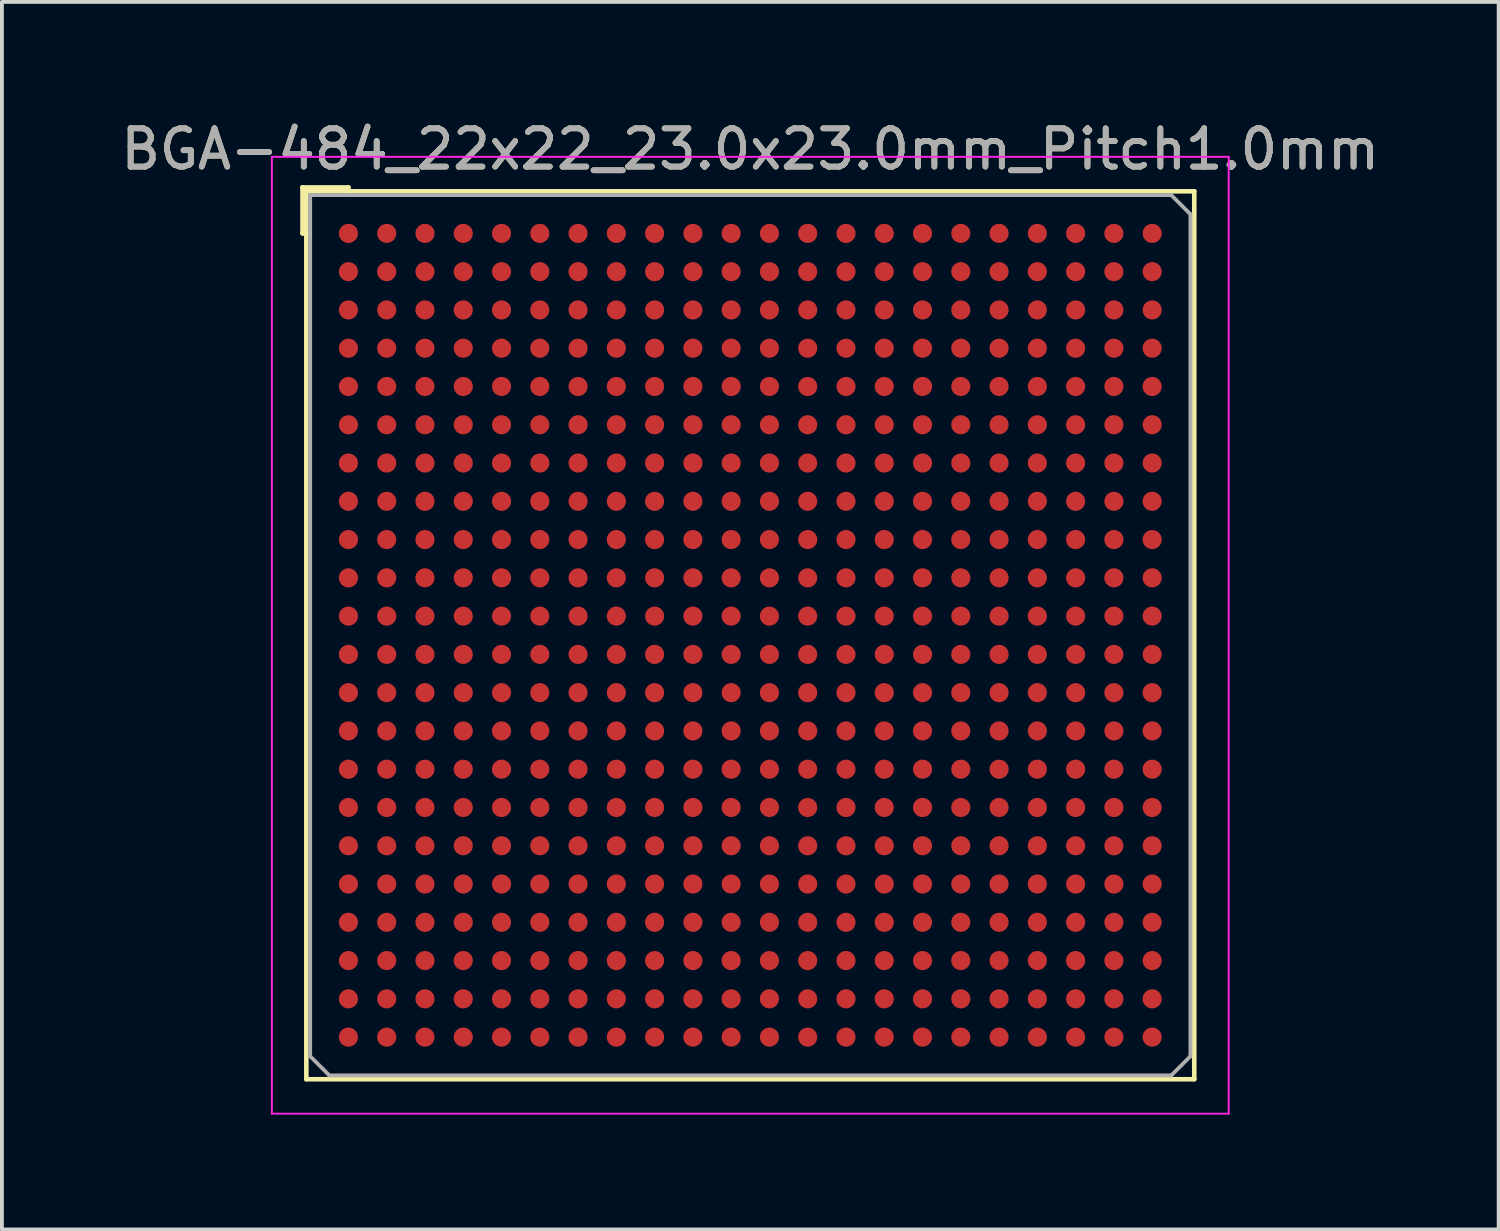
<source format=kicad_pcb>
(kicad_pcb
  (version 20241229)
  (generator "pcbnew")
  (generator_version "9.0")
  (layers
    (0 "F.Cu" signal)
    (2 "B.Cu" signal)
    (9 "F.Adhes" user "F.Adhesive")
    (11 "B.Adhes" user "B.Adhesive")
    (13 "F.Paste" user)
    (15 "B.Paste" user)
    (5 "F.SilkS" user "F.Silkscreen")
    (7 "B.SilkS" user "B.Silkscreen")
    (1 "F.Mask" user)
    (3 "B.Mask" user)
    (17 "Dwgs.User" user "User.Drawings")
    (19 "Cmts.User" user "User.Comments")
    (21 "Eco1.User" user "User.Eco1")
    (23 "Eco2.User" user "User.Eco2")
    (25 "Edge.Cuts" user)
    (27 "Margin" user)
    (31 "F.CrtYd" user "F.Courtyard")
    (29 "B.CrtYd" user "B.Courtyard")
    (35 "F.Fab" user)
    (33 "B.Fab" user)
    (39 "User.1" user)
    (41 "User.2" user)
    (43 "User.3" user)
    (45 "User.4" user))
  (footprint "BGA-484_22x22_23.0x23.0mm_Pitch1.0mm"
    (layer "F.Cu")
    (at 16.554 13.548)
    (property "Reference" "BGA-484_22x22_23.0x23.0mm_Pitch1.0mm" (at 0 -12.7 0) (layer "F.SilkS") (effects (font (size 1 1) (thickness 0.15))))
    (attr smd)
    (fp_line (start -11.7 -11.7) (end -11.7 -10.5) (stroke (width 0.12) (type solid)) (layer "F.SilkS"))
    (fp_line (start -11.7 -11.7) (end -11.6 -11.6) (stroke (width 0.12) (type solid)) (layer "F.SilkS"))
    (fp_line (start -11.7 -10.5) (end -11.6 -10.5) (stroke (width 0.12) (type solid)) (layer "F.SilkS"))
    (fp_line (start -11.6 -11.6) (end 11.6 -11.6) (stroke (width 0.12) (type solid)) (layer "F.SilkS"))
    (fp_line (start -11.6 11.6) (end -11.6 -11.6) (stroke (width 0.12) (type solid)) (layer "F.SilkS"))
    (fp_line (start -10.5 -11.7) (end -11.7 -11.7) (stroke (width 0.12) (type solid)) (layer "F.SilkS"))
    (fp_line (start -10.5 -11.6) (end -10.5 -11.7) (stroke (width 0.12) (type solid)) (layer "F.SilkS"))
    (fp_line (start 11.6 -11.6) (end 11.6 11.6) (stroke (width 0.12) (type solid)) (layer "F.SilkS"))
    (fp_line (start 11.6 11.6) (end -11.6 11.6) (stroke (width 0.12) (type solid)) (layer "F.SilkS"))
    (fp_line (start -12.5 -12.5) (end -12.5 12.5) (stroke (width 0.05) (type solid)) (layer "F.CrtYd"))
    (fp_line (start -12.5 -12.5) (end 12.5 -12.5) (stroke (width 0.05) (type solid)) (layer "F.CrtYd"))
    (fp_line (start 12.5 12.5) (end -12.5 12.5) (stroke (width 0.05) (type solid)) (layer "F.CrtYd"))
    (fp_line (start 12.5 12.5) (end 12.5 -12.5) (stroke (width 0.05) (type solid)) (layer "F.CrtYd"))
    (fp_line (start -11.5 -11.5) (end 11 -11.5) (stroke (width 0.1) (type solid)) (layer "F.Fab"))
    (fp_line (start -11.5 11) (end -11.5 -11.5) (stroke (width 0.1) (type solid)) (layer "F.Fab"))
    (fp_line (start -11 11.5) (end -11.5 11) (stroke (width 0.1) (type solid)) (layer "F.Fab"))
    (fp_line (start 11 -11.5) (end 11.5 -11) (stroke (width 0.1) (type solid)) (layer "F.Fab"))
    (fp_line (start 11 11.5) (end -11 11.5) (stroke (width 0.1) (type solid)) (layer "F.Fab"))
    (fp_line (start 11.5 -11) (end 11.5 11) (stroke (width 0.1) (type solid)) (layer "F.Fab"))
    (fp_line (start 11.5 11) (end 11 11.5) (stroke (width 0.1) (type solid)) (layer "F.Fab"))
    (fp_text user "${REFERENCE}" (at 0 -12.7 0) (layer "F.Fab") (effects (font (size 1 1) (thickness 0.15))))
    (pad "A1" smd circle (at -10.5 -10.5) (size 0.5 0.5) (layers "F.Cu" "F.Mask" "F.Paste"))
    (pad "A2" smd circle (at -9.5 -10.5) (size 0.5 0.5) (layers "F.Cu" "F.Mask" "F.Paste"))
    (pad "A3" smd circle (at -8.5 -10.5) (size 0.5 0.5) (layers "F.Cu" "F.Mask" "F.Paste"))
    (pad "A4" smd circle (at -7.5 -10.5) (size 0.5 0.5) (layers "F.Cu" "F.Mask" "F.Paste"))
    (pad "A5" smd circle (at -6.5 -10.5) (size 0.5 0.5) (layers "F.Cu" "F.Mask" "F.Paste"))
    (pad "A6" smd circle (at -5.5 -10.5) (size 0.5 0.5) (layers "F.Cu" "F.Mask" "F.Paste"))
    (pad "A7" smd circle (at -4.5 -10.5) (size 0.5 0.5) (layers "F.Cu" "F.Mask" "F.Paste"))
    (pad "A8" smd circle (at -3.5 -10.5) (size 0.5 0.5) (layers "F.Cu" "F.Mask" "F.Paste"))
    (pad "A9" smd circle (at -2.5 -10.5) (size 0.5 0.5) (layers "F.Cu" "F.Mask" "F.Paste"))
    (pad "A10" smd circle (at -1.5 -10.5) (size 0.5 0.5) (layers "F.Cu" "F.Mask" "F.Paste"))
    (pad "A11" smd circle (at -0.5 -10.5) (size 0.5 0.5) (layers "F.Cu" "F.Mask" "F.Paste"))
    (pad "A12" smd circle (at 0.5 -10.5) (size 0.5 0.5) (layers "F.Cu" "F.Mask" "F.Paste"))
    (pad "A13" smd circle (at 1.5 -10.5) (size 0.5 0.5) (layers "F.Cu" "F.Mask" "F.Paste"))
    (pad "A14" smd circle (at 2.5 -10.5) (size 0.5 0.5) (layers "F.Cu" "F.Mask" "F.Paste"))
    (pad "A15" smd circle (at 3.5 -10.5) (size 0.5 0.5) (layers "F.Cu" "F.Mask" "F.Paste"))
    (pad "A16" smd circle (at 4.5 -10.5) (size 0.5 0.5) (layers "F.Cu" "F.Mask" "F.Paste"))
    (pad "A17" smd circle (at 5.5 -10.5) (size 0.5 0.5) (layers "F.Cu" "F.Mask" "F.Paste"))
    (pad "A18" smd circle (at 6.5 -10.5) (size 0.5 0.5) (layers "F.Cu" "F.Mask" "F.Paste"))
    (pad "A19" smd circle (at 7.5 -10.5) (size 0.5 0.5) (layers "F.Cu" "F.Mask" "F.Paste"))
    (pad "A20" smd circle (at 8.5 -10.5) (size 0.5 0.5) (layers "F.Cu" "F.Mask" "F.Paste"))
    (pad "A21" smd circle (at 9.5 -10.5) (size 0.5 0.5) (layers "F.Cu" "F.Mask" "F.Paste"))
    (pad "A22" smd circle (at 10.5 -10.5) (size 0.5 0.5) (layers "F.Cu" "F.Mask" "F.Paste"))
    (pad "AA1" smd circle (at -10.5 9.5) (size 0.5 0.5) (layers "F.Cu" "F.Mask" "F.Paste"))
    (pad "AA2" smd circle (at -9.5 9.5) (size 0.5 0.5) (layers "F.Cu" "F.Mask" "F.Paste"))
    (pad "AA3" smd circle (at -8.5 9.5) (size 0.5 0.5) (layers "F.Cu" "F.Mask" "F.Paste"))
    (pad "AA4" smd circle (at -7.5 9.5) (size 0.5 0.5) (layers "F.Cu" "F.Mask" "F.Paste"))
    (pad "AA5" smd circle (at -6.5 9.5) (size 0.5 0.5) (layers "F.Cu" "F.Mask" "F.Paste"))
    (pad "AA6" smd circle (at -5.5 9.5) (size 0.5 0.5) (layers "F.Cu" "F.Mask" "F.Paste"))
    (pad "AA7" smd circle (at -4.5 9.5) (size 0.5 0.5) (layers "F.Cu" "F.Mask" "F.Paste"))
    (pad "AA8" smd circle (at -3.5 9.5) (size 0.5 0.5) (layers "F.Cu" "F.Mask" "F.Paste"))
    (pad "AA9" smd circle (at -2.5 9.5) (size 0.5 0.5) (layers "F.Cu" "F.Mask" "F.Paste"))
    (pad "AA10" smd circle (at -1.5 9.5) (size 0.5 0.5) (layers "F.Cu" "F.Mask" "F.Paste"))
    (pad "AA11" smd circle (at -0.5 9.5) (size 0.5 0.5) (layers "F.Cu" "F.Mask" "F.Paste"))
    (pad "AA12" smd circle (at 0.5 9.5) (size 0.5 0.5) (layers "F.Cu" "F.Mask" "F.Paste"))
    (pad "AA13" smd circle (at 1.5 9.5) (size 0.5 0.5) (layers "F.Cu" "F.Mask" "F.Paste"))
    (pad "AA14" smd circle (at 2.5 9.5) (size 0.5 0.5) (layers "F.Cu" "F.Mask" "F.Paste"))
    (pad "AA15" smd circle (at 3.5 9.5) (size 0.5 0.5) (layers "F.Cu" "F.Mask" "F.Paste"))
    (pad "AA16" smd circle (at 4.5 9.5) (size 0.5 0.5) (layers "F.Cu" "F.Mask" "F.Paste"))
    (pad "AA17" smd circle (at 5.5 9.5) (size 0.5 0.5) (layers "F.Cu" "F.Mask" "F.Paste"))
    (pad "AA18" smd circle (at 6.5 9.5) (size 0.5 0.5) (layers "F.Cu" "F.Mask" "F.Paste"))
    (pad "AA19" smd circle (at 7.5 9.5) (size 0.5 0.5) (layers "F.Cu" "F.Mask" "F.Paste"))
    (pad "AA20" smd circle (at 8.5 9.5) (size 0.5 0.5) (layers "F.Cu" "F.Mask" "F.Paste"))
    (pad "AA21" smd circle (at 9.5 9.5) (size 0.5 0.5) (layers "F.Cu" "F.Mask" "F.Paste"))
    (pad "AA22" smd circle (at 10.5 9.5) (size 0.5 0.5) (layers "F.Cu" "F.Mask" "F.Paste"))
    (pad "AB1" smd circle (at -10.5 10.5) (size 0.5 0.5) (layers "F.Cu" "F.Mask" "F.Paste"))
    (pad "AB2" smd circle (at -9.5 10.5) (size 0.5 0.5) (layers "F.Cu" "F.Mask" "F.Paste"))
    (pad "AB3" smd circle (at -8.5 10.5) (size 0.5 0.5) (layers "F.Cu" "F.Mask" "F.Paste"))
    (pad "AB4" smd circle (at -7.5 10.5) (size 0.5 0.5) (layers "F.Cu" "F.Mask" "F.Paste"))
    (pad "AB5" smd circle (at -6.5 10.5) (size 0.5 0.5) (layers "F.Cu" "F.Mask" "F.Paste"))
    (pad "AB6" smd circle (at -5.5 10.5) (size 0.5 0.5) (layers "F.Cu" "F.Mask" "F.Paste"))
    (pad "AB7" smd circle (at -4.5 10.5) (size 0.5 0.5) (layers "F.Cu" "F.Mask" "F.Paste"))
    (pad "AB8" smd circle (at -3.5 10.5) (size 0.5 0.5) (layers "F.Cu" "F.Mask" "F.Paste"))
    (pad "AB9" smd circle (at -2.5 10.5) (size 0.5 0.5) (layers "F.Cu" "F.Mask" "F.Paste"))
    (pad "AB10" smd circle (at -1.5 10.5) (size 0.5 0.5) (layers "F.Cu" "F.Mask" "F.Paste"))
    (pad "AB11" smd circle (at -0.5 10.5) (size 0.5 0.5) (layers "F.Cu" "F.Mask" "F.Paste"))
    (pad "AB12" smd circle (at 0.5 10.5) (size 0.5 0.5) (layers "F.Cu" "F.Mask" "F.Paste"))
    (pad "AB13" smd circle (at 1.5 10.5) (size 0.5 0.5) (layers "F.Cu" "F.Mask" "F.Paste"))
    (pad "AB14" smd circle (at 2.5 10.5) (size 0.5 0.5) (layers "F.Cu" "F.Mask" "F.Paste"))
    (pad "AB15" smd circle (at 3.5 10.5) (size 0.5 0.5) (layers "F.Cu" "F.Mask" "F.Paste"))
    (pad "AB16" smd circle (at 4.5 10.5) (size 0.5 0.5) (layers "F.Cu" "F.Mask" "F.Paste"))
    (pad "AB17" smd circle (at 5.5 10.5) (size 0.5 0.5) (layers "F.Cu" "F.Mask" "F.Paste"))
    (pad "AB18" smd circle (at 6.5 10.5) (size 0.5 0.5) (layers "F.Cu" "F.Mask" "F.Paste"))
    (pad "AB19" smd circle (at 7.5 10.5) (size 0.5 0.5) (layers "F.Cu" "F.Mask" "F.Paste"))
    (pad "AB20" smd circle (at 8.5 10.5) (size 0.5 0.5) (layers "F.Cu" "F.Mask" "F.Paste"))
    (pad "AB21" smd circle (at 9.5 10.5) (size 0.5 0.5) (layers "F.Cu" "F.Mask" "F.Paste"))
    (pad "AB22" smd circle (at 10.5 10.5) (size 0.5 0.5) (layers "F.Cu" "F.Mask" "F.Paste"))
    (pad "B1" smd circle (at -10.5 -9.5) (size 0.5 0.5) (layers "F.Cu" "F.Mask" "F.Paste"))
    (pad "B2" smd circle (at -9.5 -9.5) (size 0.5 0.5) (layers "F.Cu" "F.Mask" "F.Paste"))
    (pad "B3" smd circle (at -8.5 -9.5) (size 0.5 0.5) (layers "F.Cu" "F.Mask" "F.Paste"))
    (pad "B4" smd circle (at -7.5 -9.5) (size 0.5 0.5) (layers "F.Cu" "F.Mask" "F.Paste"))
    (pad "B5" smd circle (at -6.5 -9.5) (size 0.5 0.5) (layers "F.Cu" "F.Mask" "F.Paste"))
    (pad "B6" smd circle (at -5.5 -9.5) (size 0.5 0.5) (layers "F.Cu" "F.Mask" "F.Paste"))
    (pad "B7" smd circle (at -4.5 -9.5) (size 0.5 0.5) (layers "F.Cu" "F.Mask" "F.Paste"))
    (pad "B8" smd circle (at -3.5 -9.5) (size 0.5 0.5) (layers "F.Cu" "F.Mask" "F.Paste"))
    (pad "B9" smd circle (at -2.5 -9.5) (size 0.5 0.5) (layers "F.Cu" "F.Mask" "F.Paste"))
    (pad "B10" smd circle (at -1.5 -9.5) (size 0.5 0.5) (layers "F.Cu" "F.Mask" "F.Paste"))
    (pad "B11" smd circle (at -0.5 -9.5) (size 0.5 0.5) (layers "F.Cu" "F.Mask" "F.Paste"))
    (pad "B12" smd circle (at 0.5 -9.5) (size 0.5 0.5) (layers "F.Cu" "F.Mask" "F.Paste"))
    (pad "B13" smd circle (at 1.5 -9.5) (size 0.5 0.5) (layers "F.Cu" "F.Mask" "F.Paste"))
    (pad "B14" smd circle (at 2.5 -9.5) (size 0.5 0.5) (layers "F.Cu" "F.Mask" "F.Paste"))
    (pad "B15" smd circle (at 3.5 -9.5) (size 0.5 0.5) (layers "F.Cu" "F.Mask" "F.Paste"))
    (pad "B16" smd circle (at 4.5 -9.5) (size 0.5 0.5) (layers "F.Cu" "F.Mask" "F.Paste"))
    (pad "B17" smd circle (at 5.5 -9.5) (size 0.5 0.5) (layers "F.Cu" "F.Mask" "F.Paste"))
    (pad "B18" smd circle (at 6.5 -9.5) (size 0.5 0.5) (layers "F.Cu" "F.Mask" "F.Paste"))
    (pad "B19" smd circle (at 7.5 -9.5) (size 0.5 0.5) (layers "F.Cu" "F.Mask" "F.Paste"))
    (pad "B20" smd circle (at 8.5 -9.5) (size 0.5 0.5) (layers "F.Cu" "F.Mask" "F.Paste"))
    (pad "B21" smd circle (at 9.5 -9.5) (size 0.5 0.5) (layers "F.Cu" "F.Mask" "F.Paste"))
    (pad "B22" smd circle (at 10.5 -9.5) (size 0.5 0.5) (layers "F.Cu" "F.Mask" "F.Paste"))
    (pad "C1" smd circle (at -10.5 -8.5) (size 0.5 0.5) (layers "F.Cu" "F.Mask" "F.Paste"))
    (pad "C2" smd circle (at -9.5 -8.5) (size 0.5 0.5) (layers "F.Cu" "F.Mask" "F.Paste"))
    (pad "C3" smd circle (at -8.5 -8.5) (size 0.5 0.5) (layers "F.Cu" "F.Mask" "F.Paste"))
    (pad "C4" smd circle (at -7.5 -8.5) (size 0.5 0.5) (layers "F.Cu" "F.Mask" "F.Paste"))
    (pad "C5" smd circle (at -6.5 -8.5) (size 0.5 0.5) (layers "F.Cu" "F.Mask" "F.Paste"))
    (pad "C6" smd circle (at -5.5 -8.5) (size 0.5 0.5) (layers "F.Cu" "F.Mask" "F.Paste"))
    (pad "C7" smd circle (at -4.5 -8.5) (size 0.5 0.5) (layers "F.Cu" "F.Mask" "F.Paste"))
    (pad "C8" smd circle (at -3.5 -8.5) (size 0.5 0.5) (layers "F.Cu" "F.Mask" "F.Paste"))
    (pad "C9" smd circle (at -2.5 -8.5) (size 0.5 0.5) (layers "F.Cu" "F.Mask" "F.Paste"))
    (pad "C10" smd circle (at -1.5 -8.5) (size 0.5 0.5) (layers "F.Cu" "F.Mask" "F.Paste"))
    (pad "C11" smd circle (at -0.5 -8.5) (size 0.5 0.5) (layers "F.Cu" "F.Mask" "F.Paste"))
    (pad "C12" smd circle (at 0.5 -8.5) (size 0.5 0.5) (layers "F.Cu" "F.Mask" "F.Paste"))
    (pad "C13" smd circle (at 1.5 -8.5) (size 0.5 0.5) (layers "F.Cu" "F.Mask" "F.Paste"))
    (pad "C14" smd circle (at 2.5 -8.5) (size 0.5 0.5) (layers "F.Cu" "F.Mask" "F.Paste"))
    (pad "C15" smd circle (at 3.5 -8.5) (size 0.5 0.5) (layers "F.Cu" "F.Mask" "F.Paste"))
    (pad "C16" smd circle (at 4.5 -8.5) (size 0.5 0.5) (layers "F.Cu" "F.Mask" "F.Paste"))
    (pad "C17" smd circle (at 5.5 -8.5) (size 0.5 0.5) (layers "F.Cu" "F.Mask" "F.Paste"))
    (pad "C18" smd circle (at 6.5 -8.5) (size 0.5 0.5) (layers "F.Cu" "F.Mask" "F.Paste"))
    (pad "C19" smd circle (at 7.5 -8.5) (size 0.5 0.5) (layers "F.Cu" "F.Mask" "F.Paste"))
    (pad "C20" smd circle (at 8.5 -8.5) (size 0.5 0.5) (layers "F.Cu" "F.Mask" "F.Paste"))
    (pad "C21" smd circle (at 9.5 -8.5) (size 0.5 0.5) (layers "F.Cu" "F.Mask" "F.Paste"))
    (pad "C22" smd circle (at 10.5 -8.5) (size 0.5 0.5) (layers "F.Cu" "F.Mask" "F.Paste"))
    (pad "D1" smd circle (at -10.5 -7.5) (size 0.5 0.5) (layers "F.Cu" "F.Mask" "F.Paste"))
    (pad "D2" smd circle (at -9.5 -7.5) (size 0.5 0.5) (layers "F.Cu" "F.Mask" "F.Paste"))
    (pad "D3" smd circle (at -8.5 -7.5) (size 0.5 0.5) (layers "F.Cu" "F.Mask" "F.Paste"))
    (pad "D4" smd circle (at -7.5 -7.5) (size 0.5 0.5) (layers "F.Cu" "F.Mask" "F.Paste"))
    (pad "D5" smd circle (at -6.5 -7.5) (size 0.5 0.5) (layers "F.Cu" "F.Mask" "F.Paste"))
    (pad "D6" smd circle (at -5.5 -7.5) (size 0.5 0.5) (layers "F.Cu" "F.Mask" "F.Paste"))
    (pad "D7" smd circle (at -4.5 -7.5) (size 0.5 0.5) (layers "F.Cu" "F.Mask" "F.Paste"))
    (pad "D8" smd circle (at -3.5 -7.5) (size 0.5 0.5) (layers "F.Cu" "F.Mask" "F.Paste"))
    (pad "D9" smd circle (at -2.5 -7.5) (size 0.5 0.5) (layers "F.Cu" "F.Mask" "F.Paste"))
    (pad "D10" smd circle (at -1.5 -7.5) (size 0.5 0.5) (layers "F.Cu" "F.Mask" "F.Paste"))
    (pad "D11" smd circle (at -0.5 -7.5) (size 0.5 0.5) (layers "F.Cu" "F.Mask" "F.Paste"))
    (pad "D12" smd circle (at 0.5 -7.5) (size 0.5 0.5) (layers "F.Cu" "F.Mask" "F.Paste"))
    (pad "D13" smd circle (at 1.5 -7.5) (size 0.5 0.5) (layers "F.Cu" "F.Mask" "F.Paste"))
    (pad "D14" smd circle (at 2.5 -7.5) (size 0.5 0.5) (layers "F.Cu" "F.Mask" "F.Paste"))
    (pad "D15" smd circle (at 3.5 -7.5) (size 0.5 0.5) (layers "F.Cu" "F.Mask" "F.Paste"))
    (pad "D16" smd circle (at 4.5 -7.5) (size 0.5 0.5) (layers "F.Cu" "F.Mask" "F.Paste"))
    (pad "D17" smd circle (at 5.5 -7.5) (size 0.5 0.5) (layers "F.Cu" "F.Mask" "F.Paste"))
    (pad "D18" smd circle (at 6.5 -7.5) (size 0.5 0.5) (layers "F.Cu" "F.Mask" "F.Paste"))
    (pad "D19" smd circle (at 7.5 -7.5) (size 0.5 0.5) (layers "F.Cu" "F.Mask" "F.Paste"))
    (pad "D20" smd circle (at 8.5 -7.5) (size 0.5 0.5) (layers "F.Cu" "F.Mask" "F.Paste"))
    (pad "D21" smd circle (at 9.5 -7.5) (size 0.5 0.5) (layers "F.Cu" "F.Mask" "F.Paste"))
    (pad "D22" smd circle (at 10.5 -7.5) (size 0.5 0.5) (layers "F.Cu" "F.Mask" "F.Paste"))
    (pad "E1" smd circle (at -10.5 -6.5) (size 0.5 0.5) (layers "F.Cu" "F.Mask" "F.Paste"))
    (pad "E2" smd circle (at -9.5 -6.5) (size 0.5 0.5) (layers "F.Cu" "F.Mask" "F.Paste"))
    (pad "E3" smd circle (at -8.5 -6.5) (size 0.5 0.5) (layers "F.Cu" "F.Mask" "F.Paste"))
    (pad "E4" smd circle (at -7.5 -6.5) (size 0.5 0.5) (layers "F.Cu" "F.Mask" "F.Paste"))
    (pad "E5" smd circle (at -6.5 -6.5) (size 0.5 0.5) (layers "F.Cu" "F.Mask" "F.Paste"))
    (pad "E6" smd circle (at -5.5 -6.5) (size 0.5 0.5) (layers "F.Cu" "F.Mask" "F.Paste"))
    (pad "E7" smd circle (at -4.5 -6.5) (size 0.5 0.5) (layers "F.Cu" "F.Mask" "F.Paste"))
    (pad "E8" smd circle (at -3.5 -6.5) (size 0.5 0.5) (layers "F.Cu" "F.Mask" "F.Paste"))
    (pad "E9" smd circle (at -2.5 -6.5) (size 0.5 0.5) (layers "F.Cu" "F.Mask" "F.Paste"))
    (pad "E10" smd circle (at -1.5 -6.5) (size 0.5 0.5) (layers "F.Cu" "F.Mask" "F.Paste"))
    (pad "E11" smd circle (at -0.5 -6.5) (size 0.5 0.5) (layers "F.Cu" "F.Mask" "F.Paste"))
    (pad "E12" smd circle (at 0.5 -6.5) (size 0.5 0.5) (layers "F.Cu" "F.Mask" "F.Paste"))
    (pad "E13" smd circle (at 1.5 -6.5) (size 0.5 0.5) (layers "F.Cu" "F.Mask" "F.Paste"))
    (pad "E14" smd circle (at 2.5 -6.5) (size 0.5 0.5) (layers "F.Cu" "F.Mask" "F.Paste"))
    (pad "E15" smd circle (at 3.5 -6.5) (size 0.5 0.5) (layers "F.Cu" "F.Mask" "F.Paste"))
    (pad "E16" smd circle (at 4.5 -6.5) (size 0.5 0.5) (layers "F.Cu" "F.Mask" "F.Paste"))
    (pad "E17" smd circle (at 5.5 -6.5) (size 0.5 0.5) (layers "F.Cu" "F.Mask" "F.Paste"))
    (pad "E18" smd circle (at 6.5 -6.5) (size 0.5 0.5) (layers "F.Cu" "F.Mask" "F.Paste"))
    (pad "E19" smd circle (at 7.5 -6.5) (size 0.5 0.5) (layers "F.Cu" "F.Mask" "F.Paste"))
    (pad "E20" smd circle (at 8.5 -6.5) (size 0.5 0.5) (layers "F.Cu" "F.Mask" "F.Paste"))
    (pad "E21" smd circle (at 9.5 -6.5) (size 0.5 0.5) (layers "F.Cu" "F.Mask" "F.Paste"))
    (pad "E22" smd circle (at 10.5 -6.5) (size 0.5 0.5) (layers "F.Cu" "F.Mask" "F.Paste"))
    (pad "F1" smd circle (at -10.5 -5.5) (size 0.5 0.5) (layers "F.Cu" "F.Mask" "F.Paste"))
    (pad "F2" smd circle (at -9.5 -5.5) (size 0.5 0.5) (layers "F.Cu" "F.Mask" "F.Paste"))
    (pad "F3" smd circle (at -8.5 -5.5) (size 0.5 0.5) (layers "F.Cu" "F.Mask" "F.Paste"))
    (pad "F4" smd circle (at -7.5 -5.5) (size 0.5 0.5) (layers "F.Cu" "F.Mask" "F.Paste"))
    (pad "F5" smd circle (at -6.5 -5.5) (size 0.5 0.5) (layers "F.Cu" "F.Mask" "F.Paste"))
    (pad "F6" smd circle (at -5.5 -5.5) (size 0.5 0.5) (layers "F.Cu" "F.Mask" "F.Paste"))
    (pad "F7" smd circle (at -4.5 -5.5) (size 0.5 0.5) (layers "F.Cu" "F.Mask" "F.Paste"))
    (pad "F8" smd circle (at -3.5 -5.5) (size 0.5 0.5) (layers "F.Cu" "F.Mask" "F.Paste"))
    (pad "F9" smd circle (at -2.5 -5.5) (size 0.5 0.5) (layers "F.Cu" "F.Mask" "F.Paste"))
    (pad "F10" smd circle (at -1.5 -5.5) (size 0.5 0.5) (layers "F.Cu" "F.Mask" "F.Paste"))
    (pad "F11" smd circle (at -0.5 -5.5) (size 0.5 0.5) (layers "F.Cu" "F.Mask" "F.Paste"))
    (pad "F12" smd circle (at 0.5 -5.5) (size 0.5 0.5) (layers "F.Cu" "F.Mask" "F.Paste"))
    (pad "F13" smd circle (at 1.5 -5.5) (size 0.5 0.5) (layers "F.Cu" "F.Mask" "F.Paste"))
    (pad "F14" smd circle (at 2.5 -5.5) (size 0.5 0.5) (layers "F.Cu" "F.Mask" "F.Paste"))
    (pad "F15" smd circle (at 3.5 -5.5) (size 0.5 0.5) (layers "F.Cu" "F.Mask" "F.Paste"))
    (pad "F16" smd circle (at 4.5 -5.5) (size 0.5 0.5) (layers "F.Cu" "F.Mask" "F.Paste"))
    (pad "F17" smd circle (at 5.5 -5.5) (size 0.5 0.5) (layers "F.Cu" "F.Mask" "F.Paste"))
    (pad "F18" smd circle (at 6.5 -5.5) (size 0.5 0.5) (layers "F.Cu" "F.Mask" "F.Paste"))
    (pad "F19" smd circle (at 7.5 -5.5) (size 0.5 0.5) (layers "F.Cu" "F.Mask" "F.Paste"))
    (pad "F20" smd circle (at 8.5 -5.5) (size 0.5 0.5) (layers "F.Cu" "F.Mask" "F.Paste"))
    (pad "F21" smd circle (at 9.5 -5.5) (size 0.5 0.5) (layers "F.Cu" "F.Mask" "F.Paste"))
    (pad "F22" smd circle (at 10.5 -5.5) (size 0.5 0.5) (layers "F.Cu" "F.Mask" "F.Paste"))
    (pad "G1" smd circle (at -10.5 -4.5) (size 0.5 0.5) (layers "F.Cu" "F.Mask" "F.Paste"))
    (pad "G2" smd circle (at -9.5 -4.5) (size 0.5 0.5) (layers "F.Cu" "F.Mask" "F.Paste"))
    (pad "G3" smd circle (at -8.5 -4.5) (size 0.5 0.5) (layers "F.Cu" "F.Mask" "F.Paste"))
    (pad "G4" smd circle (at -7.5 -4.5) (size 0.5 0.5) (layers "F.Cu" "F.Mask" "F.Paste"))
    (pad "G5" smd circle (at -6.5 -4.5) (size 0.5 0.5) (layers "F.Cu" "F.Mask" "F.Paste"))
    (pad "G6" smd circle (at -5.5 -4.5) (size 0.5 0.5) (layers "F.Cu" "F.Mask" "F.Paste"))
    (pad "G7" smd circle (at -4.5 -4.5) (size 0.5 0.5) (layers "F.Cu" "F.Mask" "F.Paste"))
    (pad "G8" smd circle (at -3.5 -4.5) (size 0.5 0.5) (layers "F.Cu" "F.Mask" "F.Paste"))
    (pad "G9" smd circle (at -2.5 -4.5) (size 0.5 0.5) (layers "F.Cu" "F.Mask" "F.Paste"))
    (pad "G10" smd circle (at -1.5 -4.5) (size 0.5 0.5) (layers "F.Cu" "F.Mask" "F.Paste"))
    (pad "G11" smd circle (at -0.5 -4.5) (size 0.5 0.5) (layers "F.Cu" "F.Mask" "F.Paste"))
    (pad "G12" smd circle (at 0.5 -4.5) (size 0.5 0.5) (layers "F.Cu" "F.Mask" "F.Paste"))
    (pad "G13" smd circle (at 1.5 -4.5) (size 0.5 0.5) (layers "F.Cu" "F.Mask" "F.Paste"))
    (pad "G14" smd circle (at 2.5 -4.5) (size 0.5 0.5) (layers "F.Cu" "F.Mask" "F.Paste"))
    (pad "G15" smd circle (at 3.5 -4.5) (size 0.5 0.5) (layers "F.Cu" "F.Mask" "F.Paste"))
    (pad "G16" smd circle (at 4.5 -4.5) (size 0.5 0.5) (layers "F.Cu" "F.Mask" "F.Paste"))
    (pad "G17" smd circle (at 5.5 -4.5) (size 0.5 0.5) (layers "F.Cu" "F.Mask" "F.Paste"))
    (pad "G18" smd circle (at 6.5 -4.5) (size 0.5 0.5) (layers "F.Cu" "F.Mask" "F.Paste"))
    (pad "G19" smd circle (at 7.5 -4.5) (size 0.5 0.5) (layers "F.Cu" "F.Mask" "F.Paste"))
    (pad "G20" smd circle (at 8.5 -4.5) (size 0.5 0.5) (layers "F.Cu" "F.Mask" "F.Paste"))
    (pad "G21" smd circle (at 9.5 -4.5) (size 0.5 0.5) (layers "F.Cu" "F.Mask" "F.Paste"))
    (pad "G22" smd circle (at 10.5 -4.5) (size 0.5 0.5) (layers "F.Cu" "F.Mask" "F.Paste"))
    (pad "H1" smd circle (at -10.5 -3.5) (size 0.5 0.5) (layers "F.Cu" "F.Mask" "F.Paste"))
    (pad "H2" smd circle (at -9.5 -3.5) (size 0.5 0.5) (layers "F.Cu" "F.Mask" "F.Paste"))
    (pad "H3" smd circle (at -8.5 -3.5) (size 0.5 0.5) (layers "F.Cu" "F.Mask" "F.Paste"))
    (pad "H4" smd circle (at -7.5 -3.5) (size 0.5 0.5) (layers "F.Cu" "F.Mask" "F.Paste"))
    (pad "H5" smd circle (at -6.5 -3.5) (size 0.5 0.5) (layers "F.Cu" "F.Mask" "F.Paste"))
    (pad "H6" smd circle (at -5.5 -3.5) (size 0.5 0.5) (layers "F.Cu" "F.Mask" "F.Paste"))
    (pad "H7" smd circle (at -4.5 -3.5) (size 0.5 0.5) (layers "F.Cu" "F.Mask" "F.Paste"))
    (pad "H8" smd circle (at -3.5 -3.5) (size 0.5 0.5) (layers "F.Cu" "F.Mask" "F.Paste"))
    (pad "H9" smd circle (at -2.5 -3.5) (size 0.5 0.5) (layers "F.Cu" "F.Mask" "F.Paste"))
    (pad "H10" smd circle (at -1.5 -3.5) (size 0.5 0.5) (layers "F.Cu" "F.Mask" "F.Paste"))
    (pad "H11" smd circle (at -0.5 -3.5) (size 0.5 0.5) (layers "F.Cu" "F.Mask" "F.Paste"))
    (pad "H12" smd circle (at 0.5 -3.5) (size 0.5 0.5) (layers "F.Cu" "F.Mask" "F.Paste"))
    (pad "H13" smd circle (at 1.5 -3.5) (size 0.5 0.5) (layers "F.Cu" "F.Mask" "F.Paste"))
    (pad "H14" smd circle (at 2.5 -3.5) (size 0.5 0.5) (layers "F.Cu" "F.Mask" "F.Paste"))
    (pad "H15" smd circle (at 3.5 -3.5) (size 0.5 0.5) (layers "F.Cu" "F.Mask" "F.Paste"))
    (pad "H16" smd circle (at 4.5 -3.5) (size 0.5 0.5) (layers "F.Cu" "F.Mask" "F.Paste"))
    (pad "H17" smd circle (at 5.5 -3.5) (size 0.5 0.5) (layers "F.Cu" "F.Mask" "F.Paste"))
    (pad "H18" smd circle (at 6.5 -3.5) (size 0.5 0.5) (layers "F.Cu" "F.Mask" "F.Paste"))
    (pad "H19" smd circle (at 7.5 -3.5) (size 0.5 0.5) (layers "F.Cu" "F.Mask" "F.Paste"))
    (pad "H20" smd circle (at 8.5 -3.5) (size 0.5 0.5) (layers "F.Cu" "F.Mask" "F.Paste"))
    (pad "H21" smd circle (at 9.5 -3.5) (size 0.5 0.5) (layers "F.Cu" "F.Mask" "F.Paste"))
    (pad "H22" smd circle (at 10.5 -3.5) (size 0.5 0.5) (layers "F.Cu" "F.Mask" "F.Paste"))
    (pad "J1" smd circle (at -10.5 -2.5) (size 0.5 0.5) (layers "F.Cu" "F.Mask" "F.Paste"))
    (pad "J2" smd circle (at -9.5 -2.5) (size 0.5 0.5) (layers "F.Cu" "F.Mask" "F.Paste"))
    (pad "J3" smd circle (at -8.5 -2.5) (size 0.5 0.5) (layers "F.Cu" "F.Mask" "F.Paste"))
    (pad "J4" smd circle (at -7.5 -2.5) (size 0.5 0.5) (layers "F.Cu" "F.Mask" "F.Paste"))
    (pad "J5" smd circle (at -6.5 -2.5) (size 0.5 0.5) (layers "F.Cu" "F.Mask" "F.Paste"))
    (pad "J6" smd circle (at -5.5 -2.5) (size 0.5 0.5) (layers "F.Cu" "F.Mask" "F.Paste"))
    (pad "J7" smd circle (at -4.5 -2.5) (size 0.5 0.5) (layers "F.Cu" "F.Mask" "F.Paste"))
    (pad "J8" smd circle (at -3.5 -2.5) (size 0.5 0.5) (layers "F.Cu" "F.Mask" "F.Paste"))
    (pad "J9" smd circle (at -2.5 -2.5) (size 0.5 0.5) (layers "F.Cu" "F.Mask" "F.Paste"))
    (pad "J10" smd circle (at -1.5 -2.5) (size 0.5 0.5) (layers "F.Cu" "F.Mask" "F.Paste"))
    (pad "J11" smd circle (at -0.5 -2.5) (size 0.5 0.5) (layers "F.Cu" "F.Mask" "F.Paste"))
    (pad "J12" smd circle (at 0.5 -2.5) (size 0.5 0.5) (layers "F.Cu" "F.Mask" "F.Paste"))
    (pad "J13" smd circle (at 1.5 -2.5) (size 0.5 0.5) (layers "F.Cu" "F.Mask" "F.Paste"))
    (pad "J14" smd circle (at 2.5 -2.5) (size 0.5 0.5) (layers "F.Cu" "F.Mask" "F.Paste"))
    (pad "J15" smd circle (at 3.5 -2.5) (size 0.5 0.5) (layers "F.Cu" "F.Mask" "F.Paste"))
    (pad "J16" smd circle (at 4.5 -2.5) (size 0.5 0.5) (layers "F.Cu" "F.Mask" "F.Paste"))
    (pad "J17" smd circle (at 5.5 -2.5) (size 0.5 0.5) (layers "F.Cu" "F.Mask" "F.Paste"))
    (pad "J18" smd circle (at 6.5 -2.5) (size 0.5 0.5) (layers "F.Cu" "F.Mask" "F.Paste"))
    (pad "J19" smd circle (at 7.5 -2.5) (size 0.5 0.5) (layers "F.Cu" "F.Mask" "F.Paste"))
    (pad "J20" smd circle (at 8.5 -2.5) (size 0.5 0.5) (layers "F.Cu" "F.Mask" "F.Paste"))
    (pad "J21" smd circle (at 9.5 -2.5) (size 0.5 0.5) (layers "F.Cu" "F.Mask" "F.Paste"))
    (pad "J22" smd circle (at 10.5 -2.5) (size 0.5 0.5) (layers "F.Cu" "F.Mask" "F.Paste"))
    (pad "K1" smd circle (at -10.5 -1.5) (size 0.5 0.5) (layers "F.Cu" "F.Mask" "F.Paste"))
    (pad "K2" smd circle (at -9.5 -1.5) (size 0.5 0.5) (layers "F.Cu" "F.Mask" "F.Paste"))
    (pad "K3" smd circle (at -8.5 -1.5) (size 0.5 0.5) (layers "F.Cu" "F.Mask" "F.Paste"))
    (pad "K4" smd circle (at -7.5 -1.5) (size 0.5 0.5) (layers "F.Cu" "F.Mask" "F.Paste"))
    (pad "K5" smd circle (at -6.5 -1.5) (size 0.5 0.5) (layers "F.Cu" "F.Mask" "F.Paste"))
    (pad "K6" smd circle (at -5.5 -1.5) (size 0.5 0.5) (layers "F.Cu" "F.Mask" "F.Paste"))
    (pad "K7" smd circle (at -4.5 -1.5) (size 0.5 0.5) (layers "F.Cu" "F.Mask" "F.Paste"))
    (pad "K8" smd circle (at -3.5 -1.5) (size 0.5 0.5) (layers "F.Cu" "F.Mask" "F.Paste"))
    (pad "K9" smd circle (at -2.5 -1.5) (size 0.5 0.5) (layers "F.Cu" "F.Mask" "F.Paste"))
    (pad "K10" smd circle (at -1.5 -1.5) (size 0.5 0.5) (layers "F.Cu" "F.Mask" "F.Paste"))
    (pad "K11" smd circle (at -0.5 -1.5) (size 0.5 0.5) (layers "F.Cu" "F.Mask" "F.Paste"))
    (pad "K12" smd circle (at 0.5 -1.5) (size 0.5 0.5) (layers "F.Cu" "F.Mask" "F.Paste"))
    (pad "K13" smd circle (at 1.5 -1.5) (size 0.5 0.5) (layers "F.Cu" "F.Mask" "F.Paste"))
    (pad "K14" smd circle (at 2.5 -1.5) (size 0.5 0.5) (layers "F.Cu" "F.Mask" "F.Paste"))
    (pad "K15" smd circle (at 3.5 -1.5) (size 0.5 0.5) (layers "F.Cu" "F.Mask" "F.Paste"))
    (pad "K16" smd circle (at 4.5 -1.5) (size 0.5 0.5) (layers "F.Cu" "F.Mask" "F.Paste"))
    (pad "K17" smd circle (at 5.5 -1.5) (size 0.5 0.5) (layers "F.Cu" "F.Mask" "F.Paste"))
    (pad "K18" smd circle (at 6.5 -1.5) (size 0.5 0.5) (layers "F.Cu" "F.Mask" "F.Paste"))
    (pad "K19" smd circle (at 7.5 -1.5) (size 0.5 0.5) (layers "F.Cu" "F.Mask" "F.Paste"))
    (pad "K20" smd circle (at 8.5 -1.5) (size 0.5 0.5) (layers "F.Cu" "F.Mask" "F.Paste"))
    (pad "K21" smd circle (at 9.5 -1.5) (size 0.5 0.5) (layers "F.Cu" "F.Mask" "F.Paste"))
    (pad "K22" smd circle (at 10.5 -1.5) (size 0.5 0.5) (layers "F.Cu" "F.Mask" "F.Paste"))
    (pad "L1" smd circle (at -10.5 -0.5) (size 0.5 0.5) (layers "F.Cu" "F.Mask" "F.Paste"))
    (pad "L2" smd circle (at -9.5 -0.5) (size 0.5 0.5) (layers "F.Cu" "F.Mask" "F.Paste"))
    (pad "L3" smd circle (at -8.5 -0.5) (size 0.5 0.5) (layers "F.Cu" "F.Mask" "F.Paste"))
    (pad "L4" smd circle (at -7.5 -0.5) (size 0.5 0.5) (layers "F.Cu" "F.Mask" "F.Paste"))
    (pad "L5" smd circle (at -6.5 -0.5) (size 0.5 0.5) (layers "F.Cu" "F.Mask" "F.Paste"))
    (pad "L6" smd circle (at -5.5 -0.5) (size 0.5 0.5) (layers "F.Cu" "F.Mask" "F.Paste"))
    (pad "L7" smd circle (at -4.5 -0.5) (size 0.5 0.5) (layers "F.Cu" "F.Mask" "F.Paste"))
    (pad "L8" smd circle (at -3.5 -0.5) (size 0.5 0.5) (layers "F.Cu" "F.Mask" "F.Paste"))
    (pad "L9" smd circle (at -2.5 -0.5) (size 0.5 0.5) (layers "F.Cu" "F.Mask" "F.Paste"))
    (pad "L10" smd circle (at -1.5 -0.5) (size 0.5 0.5) (layers "F.Cu" "F.Mask" "F.Paste"))
    (pad "L11" smd circle (at -0.5 -0.5) (size 0.5 0.5) (layers "F.Cu" "F.Mask" "F.Paste"))
    (pad "L12" smd circle (at 0.5 -0.5) (size 0.5 0.5) (layers "F.Cu" "F.Mask" "F.Paste"))
    (pad "L13" smd circle (at 1.5 -0.5) (size 0.5 0.5) (layers "F.Cu" "F.Mask" "F.Paste"))
    (pad "L14" smd circle (at 2.5 -0.5) (size 0.5 0.5) (layers "F.Cu" "F.Mask" "F.Paste"))
    (pad "L15" smd circle (at 3.5 -0.5) (size 0.5 0.5) (layers "F.Cu" "F.Mask" "F.Paste"))
    (pad "L16" smd circle (at 4.5 -0.5) (size 0.5 0.5) (layers "F.Cu" "F.Mask" "F.Paste"))
    (pad "L17" smd circle (at 5.5 -0.5) (size 0.5 0.5) (layers "F.Cu" "F.Mask" "F.Paste"))
    (pad "L18" smd circle (at 6.5 -0.5) (size 0.5 0.5) (layers "F.Cu" "F.Mask" "F.Paste"))
    (pad "L19" smd circle (at 7.5 -0.5) (size 0.5 0.5) (layers "F.Cu" "F.Mask" "F.Paste"))
    (pad "L20" smd circle (at 8.5 -0.5) (size 0.5 0.5) (layers "F.Cu" "F.Mask" "F.Paste"))
    (pad "L21" smd circle (at 9.5 -0.5) (size 0.5 0.5) (layers "F.Cu" "F.Mask" "F.Paste"))
    (pad "L22" smd circle (at 10.5 -0.5) (size 0.5 0.5) (layers "F.Cu" "F.Mask" "F.Paste"))
    (pad "M1" smd circle (at -10.5 0.5) (size 0.5 0.5) (layers "F.Cu" "F.Mask" "F.Paste"))
    (pad "M2" smd circle (at -9.5 0.5) (size 0.5 0.5) (layers "F.Cu" "F.Mask" "F.Paste"))
    (pad "M3" smd circle (at -8.5 0.5) (size 0.5 0.5) (layers "F.Cu" "F.Mask" "F.Paste"))
    (pad "M4" smd circle (at -7.5 0.5) (size 0.5 0.5) (layers "F.Cu" "F.Mask" "F.Paste"))
    (pad "M5" smd circle (at -6.5 0.5) (size 0.5 0.5) (layers "F.Cu" "F.Mask" "F.Paste"))
    (pad "M6" smd circle (at -5.5 0.5) (size 0.5 0.5) (layers "F.Cu" "F.Mask" "F.Paste"))
    (pad "M7" smd circle (at -4.5 0.5) (size 0.5 0.5) (layers "F.Cu" "F.Mask" "F.Paste"))
    (pad "M8" smd circle (at -3.5 0.5) (size 0.5 0.5) (layers "F.Cu" "F.Mask" "F.Paste"))
    (pad "M9" smd circle (at -2.5 0.5) (size 0.5 0.5) (layers "F.Cu" "F.Mask" "F.Paste"))
    (pad "M10" smd circle (at -1.5 0.5) (size 0.5 0.5) (layers "F.Cu" "F.Mask" "F.Paste"))
    (pad "M11" smd circle (at -0.5 0.5) (size 0.5 0.5) (layers "F.Cu" "F.Mask" "F.Paste"))
    (pad "M12" smd circle (at 0.5 0.5) (size 0.5 0.5) (layers "F.Cu" "F.Mask" "F.Paste"))
    (pad "M13" smd circle (at 1.5 0.5) (size 0.5 0.5) (layers "F.Cu" "F.Mask" "F.Paste"))
    (pad "M14" smd circle (at 2.5 0.5) (size 0.5 0.5) (layers "F.Cu" "F.Mask" "F.Paste"))
    (pad "M15" smd circle (at 3.5 0.5) (size 0.5 0.5) (layers "F.Cu" "F.Mask" "F.Paste"))
    (pad "M16" smd circle (at 4.5 0.5) (size 0.5 0.5) (layers "F.Cu" "F.Mask" "F.Paste"))
    (pad "M17" smd circle (at 5.5 0.5) (size 0.5 0.5) (layers "F.Cu" "F.Mask" "F.Paste"))
    (pad "M18" smd circle (at 6.5 0.5) (size 0.5 0.5) (layers "F.Cu" "F.Mask" "F.Paste"))
    (pad "M19" smd circle (at 7.5 0.5) (size 0.5 0.5) (layers "F.Cu" "F.Mask" "F.Paste"))
    (pad "M20" smd circle (at 8.5 0.5) (size 0.5 0.5) (layers "F.Cu" "F.Mask" "F.Paste"))
    (pad "M21" smd circle (at 9.5 0.5) (size 0.5 0.5) (layers "F.Cu" "F.Mask" "F.Paste"))
    (pad "M22" smd circle (at 10.5 0.5) (size 0.5 0.5) (layers "F.Cu" "F.Mask" "F.Paste"))
    (pad "N1" smd circle (at -10.5 1.5) (size 0.5 0.5) (layers "F.Cu" "F.Mask" "F.Paste"))
    (pad "N2" smd circle (at -9.5 1.5) (size 0.5 0.5) (layers "F.Cu" "F.Mask" "F.Paste"))
    (pad "N3" smd circle (at -8.5 1.5) (size 0.5 0.5) (layers "F.Cu" "F.Mask" "F.Paste"))
    (pad "N4" smd circle (at -7.5 1.5) (size 0.5 0.5) (layers "F.Cu" "F.Mask" "F.Paste"))
    (pad "N5" smd circle (at -6.5 1.5) (size 0.5 0.5) (layers "F.Cu" "F.Mask" "F.Paste"))
    (pad "N6" smd circle (at -5.5 1.5) (size 0.5 0.5) (layers "F.Cu" "F.Mask" "F.Paste"))
    (pad "N7" smd circle (at -4.5 1.5) (size 0.5 0.5) (layers "F.Cu" "F.Mask" "F.Paste"))
    (pad "N8" smd circle (at -3.5 1.5) (size 0.5 0.5) (layers "F.Cu" "F.Mask" "F.Paste"))
    (pad "N9" smd circle (at -2.5 1.5) (size 0.5 0.5) (layers "F.Cu" "F.Mask" "F.Paste"))
    (pad "N10" smd circle (at -1.5 1.5) (size 0.5 0.5) (layers "F.Cu" "F.Mask" "F.Paste"))
    (pad "N11" smd circle (at -0.5 1.5) (size 0.5 0.5) (layers "F.Cu" "F.Mask" "F.Paste"))
    (pad "N12" smd circle (at 0.5 1.5) (size 0.5 0.5) (layers "F.Cu" "F.Mask" "F.Paste"))
    (pad "N13" smd circle (at 1.5 1.5) (size 0.5 0.5) (layers "F.Cu" "F.Mask" "F.Paste"))
    (pad "N14" smd circle (at 2.5 1.5) (size 0.5 0.5) (layers "F.Cu" "F.Mask" "F.Paste"))
    (pad "N15" smd circle (at 3.5 1.5) (size 0.5 0.5) (layers "F.Cu" "F.Mask" "F.Paste"))
    (pad "N16" smd circle (at 4.5 1.5) (size 0.5 0.5) (layers "F.Cu" "F.Mask" "F.Paste"))
    (pad "N17" smd circle (at 5.5 1.5) (size 0.5 0.5) (layers "F.Cu" "F.Mask" "F.Paste"))
    (pad "N18" smd circle (at 6.5 1.5) (size 0.5 0.5) (layers "F.Cu" "F.Mask" "F.Paste"))
    (pad "N19" smd circle (at 7.5 1.5) (size 0.5 0.5) (layers "F.Cu" "F.Mask" "F.Paste"))
    (pad "N20" smd circle (at 8.5 1.5) (size 0.5 0.5) (layers "F.Cu" "F.Mask" "F.Paste"))
    (pad "N21" smd circle (at 9.5 1.5) (size 0.5 0.5) (layers "F.Cu" "F.Mask" "F.Paste"))
    (pad "N22" smd circle (at 10.5 1.5) (size 0.5 0.5) (layers "F.Cu" "F.Mask" "F.Paste"))
    (pad "P1" smd circle (at -10.5 2.5) (size 0.5 0.5) (layers "F.Cu" "F.Mask" "F.Paste"))
    (pad "P2" smd circle (at -9.5 2.5) (size 0.5 0.5) (layers "F.Cu" "F.Mask" "F.Paste"))
    (pad "P3" smd circle (at -8.5 2.5) (size 0.5 0.5) (layers "F.Cu" "F.Mask" "F.Paste"))
    (pad "P4" smd circle (at -7.5 2.5) (size 0.5 0.5) (layers "F.Cu" "F.Mask" "F.Paste"))
    (pad "P5" smd circle (at -6.5 2.5) (size 0.5 0.5) (layers "F.Cu" "F.Mask" "F.Paste"))
    (pad "P6" smd circle (at -5.5 2.5) (size 0.5 0.5) (layers "F.Cu" "F.Mask" "F.Paste"))
    (pad "P7" smd circle (at -4.5 2.5) (size 0.5 0.5) (layers "F.Cu" "F.Mask" "F.Paste"))
    (pad "P8" smd circle (at -3.5 2.5) (size 0.5 0.5) (layers "F.Cu" "F.Mask" "F.Paste"))
    (pad "P9" smd circle (at -2.5 2.5) (size 0.5 0.5) (layers "F.Cu" "F.Mask" "F.Paste"))
    (pad "P10" smd circle (at -1.5 2.5) (size 0.5 0.5) (layers "F.Cu" "F.Mask" "F.Paste"))
    (pad "P11" smd circle (at -0.5 2.5) (size 0.5 0.5) (layers "F.Cu" "F.Mask" "F.Paste"))
    (pad "P12" smd circle (at 0.5 2.5) (size 0.5 0.5) (layers "F.Cu" "F.Mask" "F.Paste"))
    (pad "P13" smd circle (at 1.5 2.5) (size 0.5 0.5) (layers "F.Cu" "F.Mask" "F.Paste"))
    (pad "P14" smd circle (at 2.5 2.5) (size 0.5 0.5) (layers "F.Cu" "F.Mask" "F.Paste"))
    (pad "P15" smd circle (at 3.5 2.5) (size 0.5 0.5) (layers "F.Cu" "F.Mask" "F.Paste"))
    (pad "P16" smd circle (at 4.5 2.5) (size 0.5 0.5) (layers "F.Cu" "F.Mask" "F.Paste"))
    (pad "P17" smd circle (at 5.5 2.5) (size 0.5 0.5) (layers "F.Cu" "F.Mask" "F.Paste"))
    (pad "P18" smd circle (at 6.5 2.5) (size 0.5 0.5) (layers "F.Cu" "F.Mask" "F.Paste"))
    (pad "P19" smd circle (at 7.5 2.5) (size 0.5 0.5) (layers "F.Cu" "F.Mask" "F.Paste"))
    (pad "P20" smd circle (at 8.5 2.5) (size 0.5 0.5) (layers "F.Cu" "F.Mask" "F.Paste"))
    (pad "P21" smd circle (at 9.5 2.5) (size 0.5 0.5) (layers "F.Cu" "F.Mask" "F.Paste"))
    (pad "P22" smd circle (at 10.5 2.5) (size 0.5 0.5) (layers "F.Cu" "F.Mask" "F.Paste"))
    (pad "R1" smd circle (at -10.5 3.5) (size 0.5 0.5) (layers "F.Cu" "F.Mask" "F.Paste"))
    (pad "R2" smd circle (at -9.5 3.5) (size 0.5 0.5) (layers "F.Cu" "F.Mask" "F.Paste"))
    (pad "R3" smd circle (at -8.5 3.5) (size 0.5 0.5) (layers "F.Cu" "F.Mask" "F.Paste"))
    (pad "R4" smd circle (at -7.5 3.5) (size 0.5 0.5) (layers "F.Cu" "F.Mask" "F.Paste"))
    (pad "R5" smd circle (at -6.5 3.5) (size 0.5 0.5) (layers "F.Cu" "F.Mask" "F.Paste"))
    (pad "R6" smd circle (at -5.5 3.5) (size 0.5 0.5) (layers "F.Cu" "F.Mask" "F.Paste"))
    (pad "R7" smd circle (at -4.5 3.5) (size 0.5 0.5) (layers "F.Cu" "F.Mask" "F.Paste"))
    (pad "R8" smd circle (at -3.5 3.5) (size 0.5 0.5) (layers "F.Cu" "F.Mask" "F.Paste"))
    (pad "R9" smd circle (at -2.5 3.5) (size 0.5 0.5) (layers "F.Cu" "F.Mask" "F.Paste"))
    (pad "R10" smd circle (at -1.5 3.5) (size 0.5 0.5) (layers "F.Cu" "F.Mask" "F.Paste"))
    (pad "R11" smd circle (at -0.5 3.5) (size 0.5 0.5) (layers "F.Cu" "F.Mask" "F.Paste"))
    (pad "R12" smd circle (at 0.5 3.5) (size 0.5 0.5) (layers "F.Cu" "F.Mask" "F.Paste"))
    (pad "R13" smd circle (at 1.5 3.5) (size 0.5 0.5) (layers "F.Cu" "F.Mask" "F.Paste"))
    (pad "R14" smd circle (at 2.5 3.5) (size 0.5 0.5) (layers "F.Cu" "F.Mask" "F.Paste"))
    (pad "R15" smd circle (at 3.5 3.5) (size 0.5 0.5) (layers "F.Cu" "F.Mask" "F.Paste"))
    (pad "R16" smd circle (at 4.5 3.5) (size 0.5 0.5) (layers "F.Cu" "F.Mask" "F.Paste"))
    (pad "R17" smd circle (at 5.5 3.5) (size 0.5 0.5) (layers "F.Cu" "F.Mask" "F.Paste"))
    (pad "R18" smd circle (at 6.5 3.5) (size 0.5 0.5) (layers "F.Cu" "F.Mask" "F.Paste"))
    (pad "R19" smd circle (at 7.5 3.5) (size 0.5 0.5) (layers "F.Cu" "F.Mask" "F.Paste"))
    (pad "R20" smd circle (at 8.5 3.5) (size 0.5 0.5) (layers "F.Cu" "F.Mask" "F.Paste"))
    (pad "R21" smd circle (at 9.5 3.5) (size 0.5 0.5) (layers "F.Cu" "F.Mask" "F.Paste"))
    (pad "R22" smd circle (at 10.5 3.5) (size 0.5 0.5) (layers "F.Cu" "F.Mask" "F.Paste"))
    (pad "T1" smd circle (at -10.5 4.5) (size 0.5 0.5) (layers "F.Cu" "F.Mask" "F.Paste"))
    (pad "T2" smd circle (at -9.5 4.5) (size 0.5 0.5) (layers "F.Cu" "F.Mask" "F.Paste"))
    (pad "T3" smd circle (at -8.5 4.5) (size 0.5 0.5) (layers "F.Cu" "F.Mask" "F.Paste"))
    (pad "T4" smd circle (at -7.5 4.5) (size 0.5 0.5) (layers "F.Cu" "F.Mask" "F.Paste"))
    (pad "T5" smd circle (at -6.5 4.5) (size 0.5 0.5) (layers "F.Cu" "F.Mask" "F.Paste"))
    (pad "T6" smd circle (at -5.5 4.5) (size 0.5 0.5) (layers "F.Cu" "F.Mask" "F.Paste"))
    (pad "T7" smd circle (at -4.5 4.5) (size 0.5 0.5) (layers "F.Cu" "F.Mask" "F.Paste"))
    (pad "T8" smd circle (at -3.5 4.5) (size 0.5 0.5) (layers "F.Cu" "F.Mask" "F.Paste"))
    (pad "T9" smd circle (at -2.5 4.5) (size 0.5 0.5) (layers "F.Cu" "F.Mask" "F.Paste"))
    (pad "T10" smd circle (at -1.5 4.5) (size 0.5 0.5) (layers "F.Cu" "F.Mask" "F.Paste"))
    (pad "T11" smd circle (at -0.5 4.5) (size 0.5 0.5) (layers "F.Cu" "F.Mask" "F.Paste"))
    (pad "T12" smd circle (at 0.5 4.5) (size 0.5 0.5) (layers "F.Cu" "F.Mask" "F.Paste"))
    (pad "T13" smd circle (at 1.5 4.5) (size 0.5 0.5) (layers "F.Cu" "F.Mask" "F.Paste"))
    (pad "T14" smd circle (at 2.5 4.5) (size 0.5 0.5) (layers "F.Cu" "F.Mask" "F.Paste"))
    (pad "T15" smd circle (at 3.5 4.5) (size 0.5 0.5) (layers "F.Cu" "F.Mask" "F.Paste"))
    (pad "T16" smd circle (at 4.5 4.5) (size 0.5 0.5) (layers "F.Cu" "F.Mask" "F.Paste"))
    (pad "T17" smd circle (at 5.5 4.5) (size 0.5 0.5) (layers "F.Cu" "F.Mask" "F.Paste"))
    (pad "T18" smd circle (at 6.5 4.5) (size 0.5 0.5) (layers "F.Cu" "F.Mask" "F.Paste"))
    (pad "T19" smd circle (at 7.5 4.5) (size 0.5 0.5) (layers "F.Cu" "F.Mask" "F.Paste"))
    (pad "T20" smd circle (at 8.5 4.5) (size 0.5 0.5) (layers "F.Cu" "F.Mask" "F.Paste"))
    (pad "T21" smd circle (at 9.5 4.5) (size 0.5 0.5) (layers "F.Cu" "F.Mask" "F.Paste"))
    (pad "T22" smd circle (at 10.5 4.5) (size 0.5 0.5) (layers "F.Cu" "F.Mask" "F.Paste"))
    (pad "U1" smd circle (at -10.5 5.5) (size 0.5 0.5) (layers "F.Cu" "F.Mask" "F.Paste"))
    (pad "U2" smd circle (at -9.5 5.5) (size 0.5 0.5) (layers "F.Cu" "F.Mask" "F.Paste"))
    (pad "U3" smd circle (at -8.5 5.5) (size 0.5 0.5) (layers "F.Cu" "F.Mask" "F.Paste"))
    (pad "U4" smd circle (at -7.5 5.5) (size 0.5 0.5) (layers "F.Cu" "F.Mask" "F.Paste"))
    (pad "U5" smd circle (at -6.5 5.5) (size 0.5 0.5) (layers "F.Cu" "F.Mask" "F.Paste"))
    (pad "U6" smd circle (at -5.5 5.5) (size 0.5 0.5) (layers "F.Cu" "F.Mask" "F.Paste"))
    (pad "U7" smd circle (at -4.5 5.5) (size 0.5 0.5) (layers "F.Cu" "F.Mask" "F.Paste"))
    (pad "U8" smd circle (at -3.5 5.5) (size 0.5 0.5) (layers "F.Cu" "F.Mask" "F.Paste"))
    (pad "U9" smd circle (at -2.5 5.5) (size 0.5 0.5) (layers "F.Cu" "F.Mask" "F.Paste"))
    (pad "U10" smd circle (at -1.5 5.5) (size 0.5 0.5) (layers "F.Cu" "F.Mask" "F.Paste"))
    (pad "U11" smd circle (at -0.5 5.5) (size 0.5 0.5) (layers "F.Cu" "F.Mask" "F.Paste"))
    (pad "U12" smd circle (at 0.5 5.5) (size 0.5 0.5) (layers "F.Cu" "F.Mask" "F.Paste"))
    (pad "U13" smd circle (at 1.5 5.5) (size 0.5 0.5) (layers "F.Cu" "F.Mask" "F.Paste"))
    (pad "U14" smd circle (at 2.5 5.5) (size 0.5 0.5) (layers "F.Cu" "F.Mask" "F.Paste"))
    (pad "U15" smd circle (at 3.5 5.5) (size 0.5 0.5) (layers "F.Cu" "F.Mask" "F.Paste"))
    (pad "U16" smd circle (at 4.5 5.5) (size 0.5 0.5) (layers "F.Cu" "F.Mask" "F.Paste"))
    (pad "U17" smd circle (at 5.5 5.5) (size 0.5 0.5) (layers "F.Cu" "F.Mask" "F.Paste"))
    (pad "U18" smd circle (at 6.5 5.5) (size 0.5 0.5) (layers "F.Cu" "F.Mask" "F.Paste"))
    (pad "U19" smd circle (at 7.5 5.5) (size 0.5 0.5) (layers "F.Cu" "F.Mask" "F.Paste"))
    (pad "U20" smd circle (at 8.5 5.5) (size 0.5 0.5) (layers "F.Cu" "F.Mask" "F.Paste"))
    (pad "U21" smd circle (at 9.5 5.5) (size 0.5 0.5) (layers "F.Cu" "F.Mask" "F.Paste"))
    (pad "U22" smd circle (at 10.5 5.5) (size 0.5 0.5) (layers "F.Cu" "F.Mask" "F.Paste"))
    (pad "V1" smd circle (at -10.5 6.5) (size 0.5 0.5) (layers "F.Cu" "F.Mask" "F.Paste"))
    (pad "V2" smd circle (at -9.5 6.5) (size 0.5 0.5) (layers "F.Cu" "F.Mask" "F.Paste"))
    (pad "V3" smd circle (at -8.5 6.5) (size 0.5 0.5) (layers "F.Cu" "F.Mask" "F.Paste"))
    (pad "V4" smd circle (at -7.5 6.5) (size 0.5 0.5) (layers "F.Cu" "F.Mask" "F.Paste"))
    (pad "V5" smd circle (at -6.5 6.5) (size 0.5 0.5) (layers "F.Cu" "F.Mask" "F.Paste"))
    (pad "V6" smd circle (at -5.5 6.5) (size 0.5 0.5) (layers "F.Cu" "F.Mask" "F.Paste"))
    (pad "V7" smd circle (at -4.5 6.5) (size 0.5 0.5) (layers "F.Cu" "F.Mask" "F.Paste"))
    (pad "V8" smd circle (at -3.5 6.5) (size 0.5 0.5) (layers "F.Cu" "F.Mask" "F.Paste"))
    (pad "V9" smd circle (at -2.5 6.5) (size 0.5 0.5) (layers "F.Cu" "F.Mask" "F.Paste"))
    (pad "V10" smd circle (at -1.5 6.5) (size 0.5 0.5) (layers "F.Cu" "F.Mask" "F.Paste"))
    (pad "V11" smd circle (at -0.5 6.5) (size 0.5 0.5) (layers "F.Cu" "F.Mask" "F.Paste"))
    (pad "V12" smd circle (at 0.5 6.5) (size 0.5 0.5) (layers "F.Cu" "F.Mask" "F.Paste"))
    (pad "V13" smd circle (at 1.5 6.5) (size 0.5 0.5) (layers "F.Cu" "F.Mask" "F.Paste"))
    (pad "V14" smd circle (at 2.5 6.5) (size 0.5 0.5) (layers "F.Cu" "F.Mask" "F.Paste"))
    (pad "V15" smd circle (at 3.5 6.5) (size 0.5 0.5) (layers "F.Cu" "F.Mask" "F.Paste"))
    (pad "V16" smd circle (at 4.5 6.5) (size 0.5 0.5) (layers "F.Cu" "F.Mask" "F.Paste"))
    (pad "V17" smd circle (at 5.5 6.5) (size 0.5 0.5) (layers "F.Cu" "F.Mask" "F.Paste"))
    (pad "V18" smd circle (at 6.5 6.5) (size 0.5 0.5) (layers "F.Cu" "F.Mask" "F.Paste"))
    (pad "V19" smd circle (at 7.5 6.5) (size 0.5 0.5) (layers "F.Cu" "F.Mask" "F.Paste"))
    (pad "V20" smd circle (at 8.5 6.5) (size 0.5 0.5) (layers "F.Cu" "F.Mask" "F.Paste"))
    (pad "V21" smd circle (at 9.5 6.5) (size 0.5 0.5) (layers "F.Cu" "F.Mask" "F.Paste"))
    (pad "V22" smd circle (at 10.5 6.5) (size 0.5 0.5) (layers "F.Cu" "F.Mask" "F.Paste"))
    (pad "W1" smd circle (at -10.5 7.5) (size 0.5 0.5) (layers "F.Cu" "F.Mask" "F.Paste"))
    (pad "W2" smd circle (at -9.5 7.5) (size 0.5 0.5) (layers "F.Cu" "F.Mask" "F.Paste"))
    (pad "W3" smd circle (at -8.5 7.5) (size 0.5 0.5) (layers "F.Cu" "F.Mask" "F.Paste"))
    (pad "W4" smd circle (at -7.5 7.5) (size 0.5 0.5) (layers "F.Cu" "F.Mask" "F.Paste"))
    (pad "W5" smd circle (at -6.5 7.5) (size 0.5 0.5) (layers "F.Cu" "F.Mask" "F.Paste"))
    (pad "W6" smd circle (at -5.5 7.5) (size 0.5 0.5) (layers "F.Cu" "F.Mask" "F.Paste"))
    (pad "W7" smd circle (at -4.5 7.5) (size 0.5 0.5) (layers "F.Cu" "F.Mask" "F.Paste"))
    (pad "W8" smd circle (at -3.5 7.5) (size 0.5 0.5) (layers "F.Cu" "F.Mask" "F.Paste"))
    (pad "W9" smd circle (at -2.5 7.5) (size 0.5 0.5) (layers "F.Cu" "F.Mask" "F.Paste"))
    (pad "W10" smd circle (at -1.5 7.5) (size 0.5 0.5) (layers "F.Cu" "F.Mask" "F.Paste"))
    (pad "W11" smd circle (at -0.5 7.5) (size 0.5 0.5) (layers "F.Cu" "F.Mask" "F.Paste"))
    (pad "W12" smd circle (at 0.5 7.5) (size 0.5 0.5) (layers "F.Cu" "F.Mask" "F.Paste"))
    (pad "W13" smd circle (at 1.5 7.5) (size 0.5 0.5) (layers "F.Cu" "F.Mask" "F.Paste"))
    (pad "W14" smd circle (at 2.5 7.5) (size 0.5 0.5) (layers "F.Cu" "F.Mask" "F.Paste"))
    (pad "W15" smd circle (at 3.5 7.5) (size 0.5 0.5) (layers "F.Cu" "F.Mask" "F.Paste"))
    (pad "W16" smd circle (at 4.5 7.5) (size 0.5 0.5) (layers "F.Cu" "F.Mask" "F.Paste"))
    (pad "W17" smd circle (at 5.5 7.5) (size 0.5 0.5) (layers "F.Cu" "F.Mask" "F.Paste"))
    (pad "W18" smd circle (at 6.5 7.5) (size 0.5 0.5) (layers "F.Cu" "F.Mask" "F.Paste"))
    (pad "W19" smd circle (at 7.5 7.5) (size 0.5 0.5) (layers "F.Cu" "F.Mask" "F.Paste"))
    (pad "W20" smd circle (at 8.5 7.5) (size 0.5 0.5) (layers "F.Cu" "F.Mask" "F.Paste"))
    (pad "W21" smd circle (at 9.5 7.5) (size 0.5 0.5) (layers "F.Cu" "F.Mask" "F.Paste"))
    (pad "W22" smd circle (at 10.5 7.5) (size 0.5 0.5) (layers "F.Cu" "F.Mask" "F.Paste"))
    (pad "Y1" smd circle (at -10.5 8.5) (size 0.5 0.5) (layers "F.Cu" "F.Mask" "F.Paste"))
    (pad "Y2" smd circle (at -9.5 8.5) (size 0.5 0.5) (layers "F.Cu" "F.Mask" "F.Paste"))
    (pad "Y3" smd circle (at -8.5 8.5) (size 0.5 0.5) (layers "F.Cu" "F.Mask" "F.Paste"))
    (pad "Y4" smd circle (at -7.5 8.5) (size 0.5 0.5) (layers "F.Cu" "F.Mask" "F.Paste"))
    (pad "Y5" smd circle (at -6.5 8.5) (size 0.5 0.5) (layers "F.Cu" "F.Mask" "F.Paste"))
    (pad "Y6" smd circle (at -5.5 8.5) (size 0.5 0.5) (layers "F.Cu" "F.Mask" "F.Paste"))
    (pad "Y7" smd circle (at -4.5 8.5) (size 0.5 0.5) (layers "F.Cu" "F.Mask" "F.Paste"))
    (pad "Y8" smd circle (at -3.5 8.5) (size 0.5 0.5) (layers "F.Cu" "F.Mask" "F.Paste"))
    (pad "Y9" smd circle (at -2.5 8.5) (size 0.5 0.5) (layers "F.Cu" "F.Mask" "F.Paste"))
    (pad "Y10" smd circle (at -1.5 8.5) (size 0.5 0.5) (layers "F.Cu" "F.Mask" "F.Paste"))
    (pad "Y11" smd circle (at -0.5 8.5) (size 0.5 0.5) (layers "F.Cu" "F.Mask" "F.Paste"))
    (pad "Y12" smd circle (at 0.5 8.5) (size 0.5 0.5) (layers "F.Cu" "F.Mask" "F.Paste"))
    (pad "Y13" smd circle (at 1.5 8.5) (size 0.5 0.5) (layers "F.Cu" "F.Mask" "F.Paste"))
    (pad "Y14" smd circle (at 2.5 8.5) (size 0.5 0.5) (layers "F.Cu" "F.Mask" "F.Paste"))
    (pad "Y15" smd circle (at 3.5 8.5) (size 0.5 0.5) (layers "F.Cu" "F.Mask" "F.Paste"))
    (pad "Y16" smd circle (at 4.5 8.5) (size 0.5 0.5) (layers "F.Cu" "F.Mask" "F.Paste"))
    (pad "Y17" smd circle (at 5.5 8.5) (size 0.5 0.5) (layers "F.Cu" "F.Mask" "F.Paste"))
    (pad "Y18" smd circle (at 6.5 8.5) (size 0.5 0.5) (layers "F.Cu" "F.Mask" "F.Paste"))
    (pad "Y19" smd circle (at 7.5 8.5) (size 0.5 0.5) (layers "F.Cu" "F.Mask" "F.Paste"))
    (pad "Y20" smd circle (at 8.5 8.5) (size 0.5 0.5) (layers "F.Cu" "F.Mask" "F.Paste"))
    (pad "Y21" smd circle (at 9.5 8.5) (size 0.5 0.5) (layers "F.Cu" "F.Mask" "F.Paste"))
    (pad "Y22" smd circle (at 10.5 8.5) (size 0.5 0.5) (layers "F.Cu" "F.Mask" "F.Paste")))
  (gr_rect
    (start -3 -3)
    (end 36.107 29.073)
    (stroke (width 0.1) (type default))
    (fill no)
    (layer "Edge.Cuts")))
</source>
